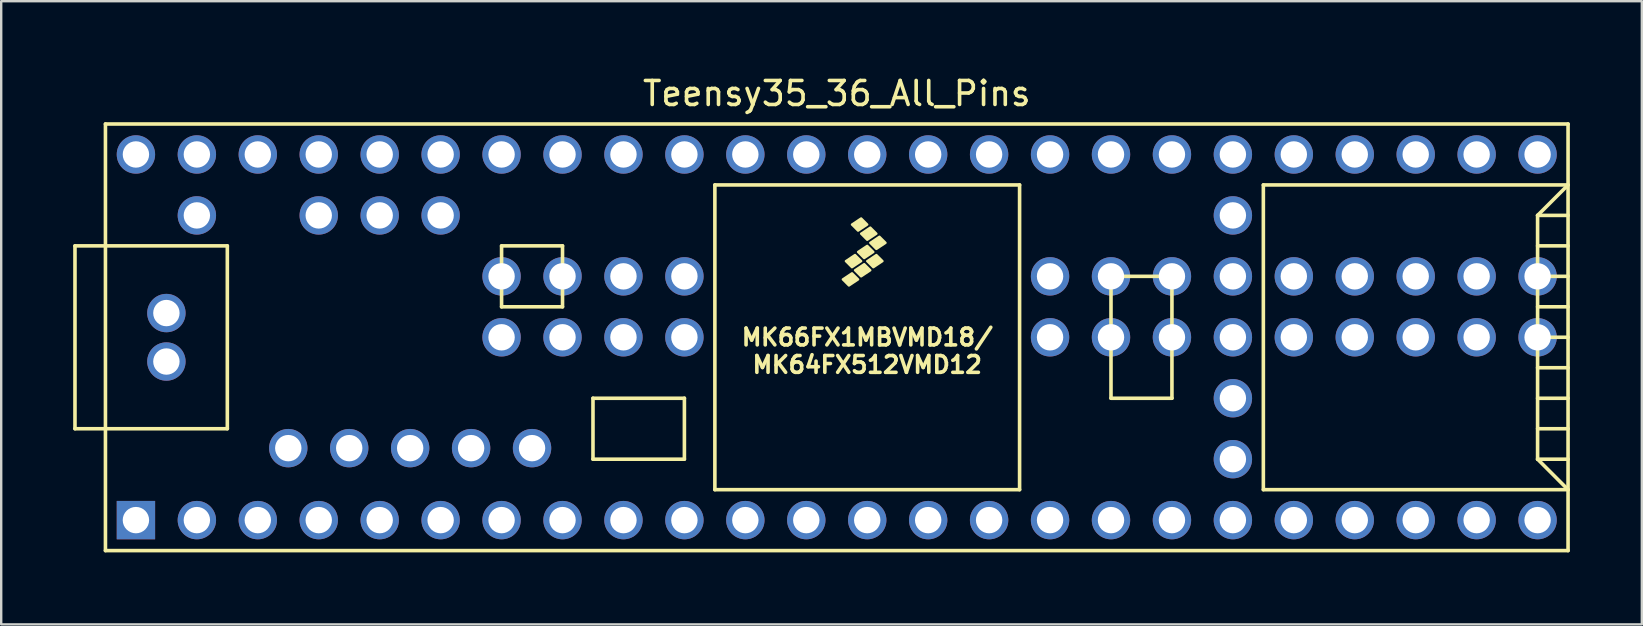
<source format=kicad_pcb>
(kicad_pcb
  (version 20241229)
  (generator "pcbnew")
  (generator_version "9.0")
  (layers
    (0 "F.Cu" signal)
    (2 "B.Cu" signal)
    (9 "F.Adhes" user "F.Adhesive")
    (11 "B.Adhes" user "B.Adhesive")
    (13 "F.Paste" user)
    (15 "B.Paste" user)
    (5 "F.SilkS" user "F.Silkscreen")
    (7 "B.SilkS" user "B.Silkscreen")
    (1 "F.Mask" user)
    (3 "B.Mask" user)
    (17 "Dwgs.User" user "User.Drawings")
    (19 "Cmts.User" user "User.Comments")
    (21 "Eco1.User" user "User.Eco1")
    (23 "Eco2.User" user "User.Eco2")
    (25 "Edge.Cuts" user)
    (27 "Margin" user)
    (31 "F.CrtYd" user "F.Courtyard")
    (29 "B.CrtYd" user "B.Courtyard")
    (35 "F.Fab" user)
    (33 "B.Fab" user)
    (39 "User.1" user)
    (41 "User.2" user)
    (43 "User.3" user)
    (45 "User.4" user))
  (footprint "Teensy35_36_All_Pins"
    (layer "F.Cu")
    (at 31.825 11.008)
    (property "Reference" "Teensy35_36_All_Pins" (at 0 -10.16 0) (layer "F.SilkS") (effects (font (size 1 1) (thickness 0.15))))
    (attr through_hole)
    (fp_line (start -31.75 -3.81) (end -30.48 -3.81) (stroke (width 0.15) (type solid)) (layer "F.SilkS"))
    (fp_line (start -31.75 3.81) (end -31.75 -3.81) (stroke (width 0.15) (type solid)) (layer "F.SilkS"))
    (fp_line (start -30.48 3.81) (end -31.75 3.81) (stroke (width 0.15) (type solid)) (layer "F.SilkS"))
    (fp_line (start -30.48 8.89) (end -30.48 -8.89) (stroke (width 0.15) (type solid)) (layer "F.SilkS"))
    (fp_line (start -30.48 8.89) (end 30.48 8.89) (stroke (width 0.15) (type solid)) (layer "F.SilkS"))
    (fp_line (start -25.4 -3.81) (end -30.48 -3.81) (stroke (width 0.15) (type solid)) (layer "F.SilkS"))
    (fp_line (start -25.4 3.81) (end -30.48 3.81) (stroke (width 0.15) (type solid)) (layer "F.SilkS"))
    (fp_line (start -25.4 3.81) (end -25.4 -3.81) (stroke (width 0.15) (type solid)) (layer "F.SilkS"))
    (fp_line (start -13.97 -3.81) (end -13.97 -1.27) (stroke (width 0.15) (type solid)) (layer "F.SilkS"))
    (fp_line (start -13.97 -1.27) (end -11.43 -1.27) (stroke (width 0.15) (type solid)) (layer "F.SilkS"))
    (fp_line (start -11.43 -3.81) (end -13.97 -3.81) (stroke (width 0.15) (type solid)) (layer "F.SilkS"))
    (fp_line (start -11.43 -1.27) (end -11.43 -3.81) (stroke (width 0.15) (type solid)) (layer "F.SilkS"))
    (fp_line (start -10.16 2.54) (end -6.35 2.54) (stroke (width 0.15) (type solid)) (layer "F.SilkS"))
    (fp_line (start -10.16 5.08) (end -10.16 2.54) (stroke (width 0.15) (type solid)) (layer "F.SilkS"))
    (fp_line (start -6.35 2.54) (end -6.35 5.08) (stroke (width 0.15) (type solid)) (layer "F.SilkS"))
    (fp_line (start -6.35 5.08) (end -10.16 5.08) (stroke (width 0.15) (type solid)) (layer "F.SilkS"))
    (fp_line (start -5.08 -6.35) (end -5.08 6.35) (stroke (width 0.15) (type solid)) (layer "F.SilkS"))
    (fp_line (start -5.08 -6.35) (end 7.62 -6.35) (stroke (width 0.15) (type solid)) (layer "F.SilkS"))
    (fp_line (start -5.08 6.35) (end 7.62 6.35) (stroke (width 0.15) (type solid)) (layer "F.SilkS"))
    (fp_line (start 7.62 6.35) (end 7.62 -6.35) (stroke (width 0.15) (type solid)) (layer "F.SilkS"))
    (fp_line (start 11.43 -2.54) (end 13.97 -2.54) (stroke (width 0.15) (type solid)) (layer "F.SilkS"))
    (fp_line (start 11.43 2.54) (end 11.43 -2.54) (stroke (width 0.15) (type solid)) (layer "F.SilkS"))
    (fp_line (start 13.97 -2.54) (end 13.97 2.54) (stroke (width 0.15) (type solid)) (layer "F.SilkS"))
    (fp_line (start 13.97 2.54) (end 11.43 2.54) (stroke (width 0.15) (type solid)) (layer "F.SilkS"))
    (fp_line (start 17.78 -6.35) (end 17.78 6.35) (stroke (width 0.15) (type solid)) (layer "F.SilkS"))
    (fp_line (start 17.78 6.35) (end 30.48 6.35) (stroke (width 0.15) (type solid)) (layer "F.SilkS"))
    (fp_line (start 29.21 -5.08) (end 30.48 -6.35) (stroke (width 0.15) (type solid)) (layer "F.SilkS"))
    (fp_line (start 29.21 -5.08) (end 30.48 -5.08) (stroke (width 0.15) (type solid)) (layer "F.SilkS"))
    (fp_line (start 29.21 -3.81) (end 30.48 -3.81) (stroke (width 0.15) (type solid)) (layer "F.SilkS"))
    (fp_line (start 29.21 -2.54) (end 30.48 -2.54) (stroke (width 0.15) (type solid)) (layer "F.SilkS"))
    (fp_line (start 29.21 -1.27) (end 30.48 -1.27) (stroke (width 0.15) (type solid)) (layer "F.SilkS"))
    (fp_line (start 29.21 0) (end 30.48 0) (stroke (width 0.15) (type solid)) (layer "F.SilkS"))
    (fp_line (start 29.21 1.27) (end 30.48 1.27) (stroke (width 0.15) (type solid)) (layer "F.SilkS"))
    (fp_line (start 29.21 2.54) (end 30.48 2.54) (stroke (width 0.15) (type solid)) (layer "F.SilkS"))
    (fp_line (start 29.21 3.81) (end 30.48 3.81) (stroke (width 0.15) (type solid)) (layer "F.SilkS"))
    (fp_line (start 29.21 5.08) (end 29.21 -5.08) (stroke (width 0.15) (type solid)) (layer "F.SilkS"))
    (fp_line (start 29.21 5.08) (end 30.48 5.08) (stroke (width 0.15) (type solid)) (layer "F.SilkS"))
    (fp_line (start 30.48 -8.89) (end -30.48 -8.89) (stroke (width 0.15) (type solid)) (layer "F.SilkS"))
    (fp_line (start 30.48 -8.89) (end 30.48 8.89) (stroke (width 0.15) (type solid)) (layer "F.SilkS"))
    (fp_line (start 30.48 -6.35) (end 17.78 -6.35) (stroke (width 0.15) (type solid)) (layer "F.SilkS"))
    (fp_line (start 30.48 6.35) (end 29.21 5.08) (stroke (width 0.15) (type solid)) (layer "F.SilkS"))
    (fp_poly (pts (xy 0.635 -2.667) (xy 0.889 -2.413) (xy 0.508 -2.159) (xy 0.254 -2.413)) (stroke (width 0.1) (type solid)) (fill yes) (layer "F.SilkS"))
    (fp_poly (pts (xy 0.762 -3.429) (xy 1.016 -3.175) (xy 0.635 -2.921) (xy 0.381 -3.175)) (stroke (width 0.1) (type solid)) (fill yes) (layer "F.SilkS"))
    (fp_poly (pts (xy 1.016 -4.953) (xy 1.27 -4.699) (xy 0.889 -4.445) (xy 0.635 -4.699)) (stroke (width 0.1) (type solid)) (fill yes) (layer "F.SilkS"))
    (fp_poly (pts (xy 1.143 -3.048) (xy 1.397 -2.794) (xy 1.016 -2.54) (xy 0.762 -2.794)) (stroke (width 0.1) (type solid)) (fill yes) (layer "F.SilkS"))
    (fp_poly (pts (xy 1.27 -3.81) (xy 1.524 -3.556) (xy 1.143 -3.302) (xy 0.889 -3.556)) (stroke (width 0.1) (type solid)) (fill yes) (layer "F.SilkS"))
    (fp_poly (pts (xy 1.397 -4.572) (xy 1.651 -4.318) (xy 1.27 -4.064) (xy 1.016 -4.318)) (stroke (width 0.1) (type solid)) (fill yes) (layer "F.SilkS"))
    (fp_poly (pts (xy 1.651 -3.429) (xy 1.905 -3.175) (xy 1.524 -2.921) (xy 1.27 -3.175)) (stroke (width 0.1) (type solid)) (fill yes) (layer "F.SilkS"))
    (fp_poly (pts (xy 1.778 -4.191) (xy 2.032 -3.937) (xy 1.651 -3.683) (xy 1.397 -3.937)) (stroke (width 0.1) (type solid)) (fill yes) (layer "F.SilkS"))
    (fp_text user "MK66FX1MBVMD18/" (at 1.27 0 0) (layer "F.SilkS") (effects (font (size 0.7 0.7) (thickness 0.15))))
    (fp_text user "MK64FX512VMD12" (at 1.27 1.143 0) (layer "F.SilkS") (effects (font (size 0.7 0.7) (thickness 0.15))))
    (pad "1" thru_hole rect (at -29.21 7.62) (size 1.6 1.6) (drill 1.1) (layers "*.Cu" "*.Mask"))
    (pad "2" thru_hole circle (at -26.67 7.62) (size 1.6 1.6) (drill 1.1) (layers "*.Cu" "*.Mask"))
    (pad "3" thru_hole circle (at -24.13 7.62) (size 1.6 1.6) (drill 1.1) (layers "*.Cu" "*.Mask"))
    (pad "4" thru_hole circle (at -21.59 7.62) (size 1.6 1.6) (drill 1.1) (layers "*.Cu" "*.Mask"))
    (pad "5" thru_hole circle (at -19.05 7.62) (size 1.6 1.6) (drill 1.1) (layers "*.Cu" "*.Mask"))
    (pad "6" thru_hole circle (at -16.51 7.62) (size 1.6 1.6) (drill 1.1) (layers "*.Cu" "*.Mask"))
    (pad "7" thru_hole circle (at -13.97 7.62) (size 1.6 1.6) (drill 1.1) (layers "*.Cu" "*.Mask"))
    (pad "8" thru_hole circle (at -11.43 7.62) (size 1.6 1.6) (drill 1.1) (layers "*.Cu" "*.Mask"))
    (pad "9" thru_hole circle (at -8.89 7.62) (size 1.6 1.6) (drill 1.1) (layers "*.Cu" "*.Mask"))
    (pad "10" thru_hole circle (at -6.35 7.62) (size 1.6 1.6) (drill 1.1) (layers "*.Cu" "*.Mask"))
    (pad "11" thru_hole circle (at -3.81 7.62) (size 1.6 1.6) (drill 1.1) (layers "*.Cu" "*.Mask"))
    (pad "12" thru_hole circle (at -1.27 7.62) (size 1.6 1.6) (drill 1.1) (layers "*.Cu" "*.Mask"))
    (pad "13" thru_hole circle (at 1.27 7.62) (size 1.6 1.6) (drill 1.1) (layers "*.Cu" "*.Mask"))
    (pad "14" thru_hole circle (at 3.81 7.62) (size 1.6 1.6) (drill 1.1) (layers "*.Cu" "*.Mask"))
    (pad "15" thru_hole circle (at 6.35 7.62) (size 1.6 1.6) (drill 1.1) (layers "*.Cu" "*.Mask"))
    (pad "16" thru_hole circle (at 8.89 7.62) (size 1.6 1.6) (drill 1.1) (layers "*.Cu" "*.Mask"))
    (pad "17" thru_hole circle (at 11.43 7.62) (size 1.6 1.6) (drill 1.1) (layers "*.Cu" "*.Mask"))
    (pad "18" thru_hole circle (at 13.97 7.62) (size 1.6 1.6) (drill 1.1) (layers "*.Cu" "*.Mask"))
    (pad "19" thru_hole circle (at 16.51 7.62) (size 1.6 1.6) (drill 1.1) (layers "*.Cu" "*.Mask"))
    (pad "20" thru_hole circle (at 19.05 7.62) (size 1.6 1.6) (drill 1.1) (layers "*.Cu" "*.Mask"))
    (pad "21" thru_hole circle (at 21.59 7.62) (size 1.6 1.6) (drill 1.1) (layers "*.Cu" "*.Mask"))
    (pad "22" thru_hole circle (at 24.13 7.62) (size 1.6 1.6) (drill 1.1) (layers "*.Cu" "*.Mask"))
    (pad "23" thru_hole circle (at 26.67 7.62) (size 1.6 1.6) (drill 1.1) (layers "*.Cu" "*.Mask"))
    (pad "24" thru_hole circle (at 29.21 7.62) (size 1.6 1.6) (drill 1.1) (layers "*.Cu" "*.Mask"))
    (pad "25" thru_hole circle (at 16.51 5.08) (size 1.6 1.6) (drill 1.1) (layers "*.Cu" "*.Mask"))
    (pad "26" thru_hole circle (at 16.51 2.54) (size 1.6 1.6) (drill 1.1) (layers "*.Cu" "*.Mask"))
    (pad "27" thru_hole circle (at 16.51 0) (size 1.6 1.6) (drill 1.1) (layers "*.Cu" "*.Mask"))
    (pad "28" thru_hole circle (at 16.51 -2.54) (size 1.6 1.6) (drill 1.1) (layers "*.Cu" "*.Mask"))
    (pad "29" thru_hole circle (at 16.51 -5.08) (size 1.6 1.6) (drill 1.1) (layers "*.Cu" "*.Mask"))
    (pad "30" thru_hole circle (at 29.21 -7.62) (size 1.6 1.6) (drill 1.1) (layers "*.Cu" "*.Mask"))
    (pad "31" thru_hole circle (at 26.67 -7.62) (size 1.6 1.6) (drill 1.1) (layers "*.Cu" "*.Mask"))
    (pad "32" thru_hole circle (at 24.13 -7.62) (size 1.6 1.6) (drill 1.1) (layers "*.Cu" "*.Mask"))
    (pad "33" thru_hole circle (at 21.59 -7.62) (size 1.6 1.6) (drill 1.1) (layers "*.Cu" "*.Mask"))
    (pad "34" thru_hole circle (at 19.05 -7.62) (size 1.6 1.6) (drill 1.1) (layers "*.Cu" "*.Mask"))
    (pad "35" thru_hole circle (at 16.51 -7.62) (size 1.6 1.6) (drill 1.1) (layers "*.Cu" "*.Mask"))
    (pad "36" thru_hole circle (at 13.97 -7.62) (size 1.6 1.6) (drill 1.1) (layers "*.Cu" "*.Mask"))
    (pad "37" thru_hole circle (at 11.43 -7.62) (size 1.6 1.6) (drill 1.1) (layers "*.Cu" "*.Mask"))
    (pad "38" thru_hole circle (at 8.89 -7.62) (size 1.6 1.6) (drill 1.1) (layers "*.Cu" "*.Mask"))
    (pad "39" thru_hole circle (at 6.35 -7.62) (size 1.6 1.6) (drill 1.1) (layers "*.Cu" "*.Mask"))
    (pad "40" thru_hole circle (at 3.81 -7.62) (size 1.6 1.6) (drill 1.1) (layers "*.Cu" "*.Mask"))
    (pad "41" thru_hole circle (at 1.27 -7.62) (size 1.6 1.6) (drill 1.1) (layers "*.Cu" "*.Mask"))
    (pad "42" thru_hole circle (at -1.27 -7.62) (size 1.6 1.6) (drill 1.1) (layers "*.Cu" "*.Mask"))
    (pad "43" thru_hole circle (at -3.81 -7.62) (size 1.6 1.6) (drill 1.1) (layers "*.Cu" "*.Mask"))
    (pad "44" thru_hole circle (at -6.35 -7.62) (size 1.6 1.6) (drill 1.1) (layers "*.Cu" "*.Mask"))
    (pad "45" thru_hole circle (at -8.89 -7.62) (size 1.6 1.6) (drill 1.1) (layers "*.Cu" "*.Mask"))
    (pad "46" thru_hole circle (at -11.43 -7.62) (size 1.6 1.6) (drill 1.1) (layers "*.Cu" "*.Mask"))
    (pad "47" thru_hole circle (at -13.97 -7.62) (size 1.6 1.6) (drill 1.1) (layers "*.Cu" "*.Mask"))
    (pad "48" thru_hole circle (at -16.51 -7.62) (size 1.6 1.6) (drill 1.1) (layers "*.Cu" "*.Mask"))
    (pad "49" thru_hole circle (at -19.05 -7.62) (size 1.6 1.6) (drill 1.1) (layers "*.Cu" "*.Mask"))
    (pad "50" thru_hole circle (at -21.59 -7.62) (size 1.6 1.6) (drill 1.1) (layers "*.Cu" "*.Mask"))
    (pad "51" thru_hole circle (at -24.13 -7.62) (size 1.6 1.6) (drill 1.1) (layers "*.Cu" "*.Mask"))
    (pad "52" thru_hole circle (at -26.67 -7.62) (size 1.6 1.6) (drill 1.1) (layers "*.Cu" "*.Mask"))
    (pad "53" thru_hole circle (at -29.21 -7.62) (size 1.6 1.6) (drill 1.1) (layers "*.Cu" "*.Mask"))
    (pad "54" thru_hole circle (at -26.67 -5.08) (size 1.6 1.6) (drill 1.1) (layers "*.Cu" "*.Mask"))
    (pad "55" thru_hole circle (at -21.59 -5.08) (size 1.6 1.6) (drill 1.1) (layers "*.Cu" "*.Mask"))
    (pad "56" thru_hole circle (at -19.05 -5.08) (size 1.6 1.6) (drill 1.1) (layers "*.Cu" "*.Mask"))
    (pad "57" thru_hole circle (at -16.51 -5.08) (size 1.6 1.6) (drill 1.1) (layers "*.Cu" "*.Mask"))
    (pad "58" thru_hole circle (at -22.86 4.62) (size 1.6 1.6) (drill 1.1) (layers "*.Cu" "*.Mask"))
    (pad "59" thru_hole circle (at -20.32 4.62) (size 1.6 1.6) (drill 1.1) (layers "*.Cu" "*.Mask"))
    (pad "60" thru_hole circle (at -17.78 4.62) (size 1.6 1.6) (drill 1.1) (layers "*.Cu" "*.Mask"))
    (pad "61" thru_hole circle (at -15.24 4.62) (size 1.6 1.6) (drill 1.1) (layers "*.Cu" "*.Mask"))
    (pad "62" thru_hole circle (at -12.7 4.62) (size 1.6 1.6) (drill 1.1) (layers "*.Cu" "*.Mask"))
    (pad "63" thru_hole circle (at -13.97 0) (size 1.6 1.6) (drill 1.1) (layers "*.Cu" "*.Mask"))
    (pad "64" thru_hole circle (at -11.43 0) (size 1.6 1.6) (drill 1.1) (layers "*.Cu" "*.Mask"))
    (pad "65" thru_hole circle (at -8.89 0) (size 1.6 1.6) (drill 1.1) (layers "*.Cu" "*.Mask"))
    (pad "66" thru_hole circle (at -6.35 0) (size 1.6 1.6) (drill 1.1) (layers "*.Cu" "*.Mask"))
    (pad "67" thru_hole circle (at 8.89 0) (size 1.6 1.6) (drill 1.1) (layers "*.Cu" "*.Mask"))
    (pad "68" thru_hole circle (at 11.43 0) (size 1.6 1.6) (drill 1.1) (layers "*.Cu" "*.Mask"))
    (pad "69" thru_hole circle (at 13.97 0) (size 1.6 1.6) (drill 1.1) (layers "*.Cu" "*.Mask"))
    (pad "70" thru_hole circle (at 19.05 0) (size 1.6 1.6) (drill 1.1) (layers "*.Cu" "*.Mask"))
    (pad "71" thru_hole circle (at 21.59 0) (size 1.6 1.6) (drill 1.1) (layers "*.Cu" "*.Mask"))
    (pad "72" thru_hole circle (at 24.13 0) (size 1.6 1.6) (drill 1.1) (layers "*.Cu" "*.Mask"))
    (pad "73" thru_hole circle (at 26.67 0) (size 1.6 1.6) (drill 1.1) (layers "*.Cu" "*.Mask"))
    (pad "74" thru_hole circle (at 29.21 0) (size 1.6 1.6) (drill 1.1) (layers "*.Cu" "*.Mask"))
    (pad "75" thru_hole circle (at 29.21 -2.54) (size 1.6 1.6) (drill 1.1) (layers "*.Cu" "*.Mask"))
    (pad "76" thru_hole circle (at 26.67 -2.54) (size 1.6 1.6) (drill 1.1) (layers "*.Cu" "*.Mask"))
    (pad "77" thru_hole circle (at 24.13 -2.54) (size 1.6 1.6) (drill 1.1) (layers "*.Cu" "*.Mask"))
    (pad "78" thru_hole circle (at 21.59 -2.54) (size 1.6 1.6) (drill 1.1) (layers "*.Cu" "*.Mask"))
    (pad "79" thru_hole circle (at 19.05 -2.54) (size 1.6 1.6) (drill 1.1) (layers "*.Cu" "*.Mask"))
    (pad "80" thru_hole circle (at 13.97 -2.54) (size 1.6 1.6) (drill 1.1) (layers "*.Cu" "*.Mask"))
    (pad "81" thru_hole circle (at 11.43 -2.54) (size 1.6 1.6) (drill 1.1) (layers "*.Cu" "*.Mask"))
    (pad "82" thru_hole circle (at 8.89 -2.54) (size 1.6 1.6) (drill 1.1) (layers "*.Cu" "*.Mask"))
    (pad "83" thru_hole circle (at -6.35 -2.54) (size 1.6 1.6) (drill 1.1) (layers "*.Cu" "*.Mask"))
    (pad "84" thru_hole circle (at -8.89 -2.54) (size 1.6 1.6) (drill 1.1) (layers "*.Cu" "*.Mask"))
    (pad "85" thru_hole circle (at -11.43 -2.54) (size 1.6 1.6) (drill 1.1) (layers "*.Cu" "*.Mask"))
    (pad "86" thru_hole circle (at -13.97 -2.54) (size 1.6 1.6) (drill 1.1) (layers "*.Cu" "*.Mask"))
    (pad "87" thru_hole circle (at -27.94 -1.01) (size 1.6 1.6) (drill 1.1) (layers "*.Cu" "*.Mask"))
    (pad "88" thru_hole circle (at -27.94 1.01) (size 1.6 1.6) (drill 1.1) (layers "*.Cu" "*.Mask")))
  (gr_rect
    (start -3 -3)
    (end 65.38 22.973)
    (stroke (width 0.1) (type default))
    (fill no)
    (layer "Edge.Cuts")))
</source>
